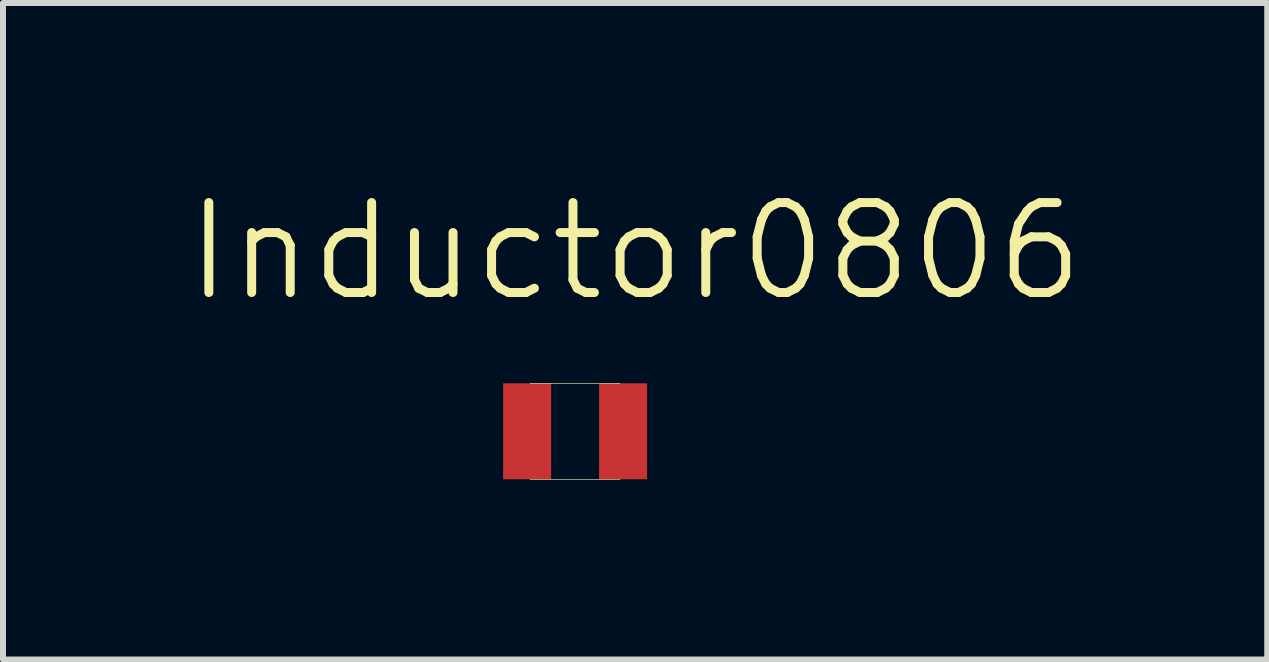
<source format=kicad_pcb>
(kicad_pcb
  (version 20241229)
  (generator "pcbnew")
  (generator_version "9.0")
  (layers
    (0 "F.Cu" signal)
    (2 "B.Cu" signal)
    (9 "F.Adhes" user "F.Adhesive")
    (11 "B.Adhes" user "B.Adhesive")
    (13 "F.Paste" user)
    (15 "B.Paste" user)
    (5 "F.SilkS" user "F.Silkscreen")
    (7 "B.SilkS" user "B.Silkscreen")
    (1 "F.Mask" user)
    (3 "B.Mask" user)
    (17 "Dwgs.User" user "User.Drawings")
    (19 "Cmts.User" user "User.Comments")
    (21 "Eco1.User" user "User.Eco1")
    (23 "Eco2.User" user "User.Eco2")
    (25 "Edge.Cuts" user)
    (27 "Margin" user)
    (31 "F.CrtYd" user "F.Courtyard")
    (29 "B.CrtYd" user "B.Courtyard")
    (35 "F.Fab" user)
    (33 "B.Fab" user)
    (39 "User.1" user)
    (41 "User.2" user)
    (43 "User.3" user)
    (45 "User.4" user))
  (footprint "Inductor0806"
    (layer "F.Cu")
    (at 6.539 4.141)
    (property "Reference" "Inductor0806" (at 1 -3 0) (layer "F.SilkS") (effects (font (size 1.5 1.5) (thickness 0.15))))
    (attr through_hole)
    (fp_line (start -0.75 -0.8) (end 0.75 -0.8) (stroke (width 0.01) (type solid)) (layer "F.SilkS"))
    (fp_line (start -0.75 0.8) (end 0.75 0.8) (stroke (width 0.01) (type solid)) (layer "F.SilkS"))
    (pad "1" smd rect (at 0.8 0) (size 0.8 1.6) (layers "F.Cu" "F.Mask" "F.Paste"))
    (pad "2" smd rect (at -0.8 0) (size 0.8 1.6) (layers "F.Cu" "F.Mask" "F.Paste")))
  (gr_rect
    (start -3 -3)
    (end 18.079 7.946)
    (stroke (width 0.1) (type default))
    (fill no)
    (layer "Edge.Cuts")))
</source>
